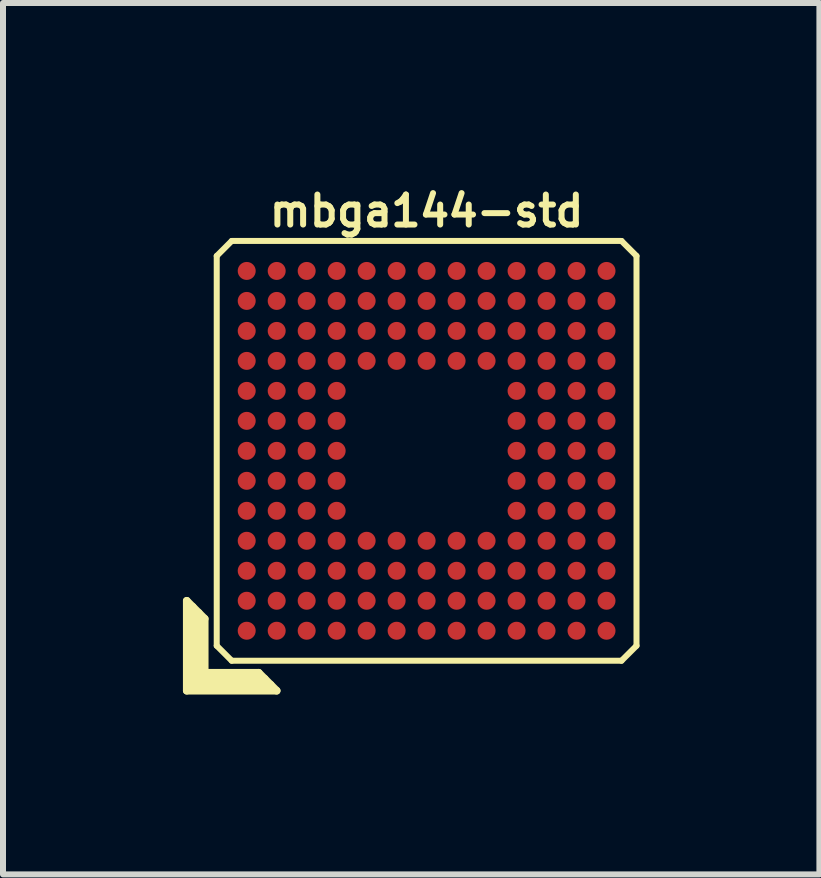
<source format=kicad_pcb>
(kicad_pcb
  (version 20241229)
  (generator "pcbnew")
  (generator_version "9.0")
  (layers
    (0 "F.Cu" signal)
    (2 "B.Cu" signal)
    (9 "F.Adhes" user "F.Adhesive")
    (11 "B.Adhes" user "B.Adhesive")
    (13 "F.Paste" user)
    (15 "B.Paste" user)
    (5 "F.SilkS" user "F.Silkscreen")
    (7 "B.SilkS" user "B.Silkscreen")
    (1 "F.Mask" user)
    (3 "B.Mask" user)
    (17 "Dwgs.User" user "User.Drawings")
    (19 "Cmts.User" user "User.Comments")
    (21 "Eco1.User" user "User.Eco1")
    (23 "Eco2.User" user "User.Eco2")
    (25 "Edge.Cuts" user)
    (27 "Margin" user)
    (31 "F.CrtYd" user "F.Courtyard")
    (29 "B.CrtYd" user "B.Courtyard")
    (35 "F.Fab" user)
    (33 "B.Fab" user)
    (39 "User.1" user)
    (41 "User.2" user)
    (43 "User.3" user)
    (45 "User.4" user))
  (footprint "mbga144-std"
    (layer "F.Cu")
    (at 4.064 4.468)
    (property "Reference" "mbga144-std" (at 0 -4 0) (layer "F.SilkS") (effects (font (size 0.5 0.5) (thickness 0.1))))
    (attr smd)
    (fp_line (start -4 2.5) (end -3.7 2.8) (stroke (width 0.127) (type solid)) (layer "F.SilkS"))
    (fp_line (start -4 4) (end -4 2.5) (stroke (width 0.127) (type solid)) (layer "F.SilkS"))
    (fp_line (start -3.9 2.6) (end -3.9 3.9) (stroke (width 0.127) (type solid)) (layer "F.SilkS"))
    (fp_line (start -3.9 3.9) (end -2.6 3.9) (stroke (width 0.127) (type solid)) (layer "F.SilkS"))
    (fp_line (start -3.8 3.8) (end -3.8 2.7) (stroke (width 0.127) (type solid)) (layer "F.SilkS"))
    (fp_line (start -3.7 2.8) (end -3.7 3.7) (stroke (width 0.127) (type solid)) (layer "F.SilkS"))
    (fp_line (start -3.7 3.7) (end -2.8 3.7) (stroke (width 0.127) (type solid)) (layer "F.SilkS"))
    (fp_line (start -3.5 -3.25) (end -3.5 3.25) (stroke (width 0.1) (type solid)) (layer "F.SilkS"))
    (fp_line (start -3.5 -3.25) (end -3.25 -3.5) (stroke (width 0.1) (type solid)) (layer "F.SilkS"))
    (fp_line (start -3.25 3.5) (end -3.5 3.25) (stroke (width 0.1) (type solid)) (layer "F.SilkS"))
    (fp_line (start -3.25 3.5) (end 3.25 3.5) (stroke (width 0.1) (type solid)) (layer "F.SilkS"))
    (fp_line (start -2.8 3.7) (end -2.5 4) (stroke (width 0.127) (type solid)) (layer "F.SilkS"))
    (fp_line (start -2.7 3.8) (end -3.8 3.8) (stroke (width 0.127) (type solid)) (layer "F.SilkS"))
    (fp_line (start -2.5 4) (end -4 4) (stroke (width 0.127) (type solid)) (layer "F.SilkS"))
    (fp_line (start 3.25 -3.5) (end -3.25 -3.5) (stroke (width 0.1) (type solid)) (layer "F.SilkS"))
    (fp_line (start 3.25 -3.5) (end 3.5 -3.25) (stroke (width 0.1) (type solid)) (layer "F.SilkS"))
    (fp_line (start 3.5 3.25) (end 3.25 3.5) (stroke (width 0.1) (type solid)) (layer "F.SilkS"))
    (fp_line (start 3.5 3.25) (end 3.5 -3.25) (stroke (width 0.1) (type solid)) (layer "F.SilkS"))
    (pad "A1" smd circle (at -3 3) (size 0.3 0.3) (layers "F.Cu" "F.Mask" "F.Paste"))
    (pad "A2" smd circle (at -3 2.5) (size 0.3 0.3) (layers "F.Cu" "F.Mask" "F.Paste"))
    (pad "A3" smd circle (at -3 2) (size 0.3 0.3) (layers "F.Cu" "F.Mask" "F.Paste"))
    (pad "A4" smd circle (at -3 1.5) (size 0.3 0.3) (layers "F.Cu" "F.Mask" "F.Paste"))
    (pad "A5" smd circle (at -3 1) (size 0.3 0.3) (layers "F.Cu" "F.Mask" "F.Paste"))
    (pad "A6" smd circle (at -3 0.5) (size 0.3 0.3) (layers "F.Cu" "F.Mask" "F.Paste"))
    (pad "A7" smd circle (at -3 0) (size 0.3 0.3) (layers "F.Cu" "F.Mask" "F.Paste"))
    (pad "A8" smd circle (at -3 -0.5) (size 0.3 0.3) (layers "F.Cu" "F.Mask" "F.Paste"))
    (pad "A9" smd circle (at -3 -1) (size 0.3 0.3) (layers "F.Cu" "F.Mask" "F.Paste"))
    (pad "A10" smd circle (at -3 -1.5) (size 0.3 0.3) (layers "F.Cu" "F.Mask" "F.Paste"))
    (pad "A11" smd circle (at -3 -2) (size 0.3 0.3) (layers "F.Cu" "F.Mask" "F.Paste"))
    (pad "A12" smd circle (at -3 -2.5) (size 0.3 0.3) (layers "F.Cu" "F.Mask" "F.Paste"))
    (pad "A13" smd circle (at -3 -3) (size 0.3 0.3) (layers "F.Cu" "F.Mask" "F.Paste"))
    (pad "B1" smd circle (at -2.5 3) (size 0.3 0.3) (layers "F.Cu" "F.Mask" "F.Paste"))
    (pad "B2" smd circle (at -2.5 2.5) (size 0.3 0.3) (layers "F.Cu" "F.Mask" "F.Paste"))
    (pad "B3" smd circle (at -2.5 2) (size 0.3 0.3) (layers "F.Cu" "F.Mask" "F.Paste"))
    (pad "B4" smd circle (at -2.5 1.5) (size 0.3 0.3) (layers "F.Cu" "F.Mask" "F.Paste"))
    (pad "B5" smd circle (at -2.5 1) (size 0.3 0.3) (layers "F.Cu" "F.Mask" "F.Paste"))
    (pad "B6" smd circle (at -2.5 0.5) (size 0.3 0.3) (layers "F.Cu" "F.Mask" "F.Paste"))
    (pad "B7" smd circle (at -2.5 0) (size 0.3 0.3) (layers "F.Cu" "F.Mask" "F.Paste"))
    (pad "B8" smd circle (at -2.5 -0.5) (size 0.3 0.3) (layers "F.Cu" "F.Mask" "F.Paste"))
    (pad "B9" smd circle (at -2.5 -1) (size 0.3 0.3) (layers "F.Cu" "F.Mask" "F.Paste"))
    (pad "B10" smd circle (at -2.5 -1.5) (size 0.3 0.3) (layers "F.Cu" "F.Mask" "F.Paste"))
    (pad "B11" smd circle (at -2.5 -2) (size 0.3 0.3) (layers "F.Cu" "F.Mask" "F.Paste"))
    (pad "B12" smd circle (at -2.5 -2.5) (size 0.3 0.3) (layers "F.Cu" "F.Mask" "F.Paste"))
    (pad "B13" smd circle (at -2.5 -3) (size 0.3 0.3) (layers "F.Cu" "F.Mask" "F.Paste"))
    (pad "C1" smd circle (at -2 3) (size 0.3 0.3) (layers "F.Cu" "F.Mask" "F.Paste"))
    (pad "C2" smd circle (at -2 2.5) (size 0.3 0.3) (layers "F.Cu" "F.Mask" "F.Paste"))
    (pad "C3" smd circle (at -2 2) (size 0.3 0.3) (layers "F.Cu" "F.Mask" "F.Paste"))
    (pad "C4" smd circle (at -2 1.5) (size 0.3 0.3) (layers "F.Cu" "F.Mask" "F.Paste"))
    (pad "C5" smd circle (at -2 1) (size 0.3 0.3) (layers "F.Cu" "F.Mask" "F.Paste"))
    (pad "C6" smd circle (at -2 0.5) (size 0.3 0.3) (layers "F.Cu" "F.Mask" "F.Paste"))
    (pad "C7" smd circle (at -2 0) (size 0.3 0.3) (layers "F.Cu" "F.Mask" "F.Paste"))
    (pad "C8" smd circle (at -2 -0.5) (size 0.3 0.3) (layers "F.Cu" "F.Mask" "F.Paste"))
    (pad "C9" smd circle (at -2 -1) (size 0.3 0.3) (layers "F.Cu" "F.Mask" "F.Paste"))
    (pad "C10" smd circle (at -2 -1.5) (size 0.3 0.3) (layers "F.Cu" "F.Mask" "F.Paste"))
    (pad "C11" smd circle (at -2 -2) (size 0.3 0.3) (layers "F.Cu" "F.Mask" "F.Paste"))
    (pad "C12" smd circle (at -2 -2.5) (size 0.3 0.3) (layers "F.Cu" "F.Mask" "F.Paste"))
    (pad "C13" smd circle (at -2 -3) (size 0.3 0.3) (layers "F.Cu" "F.Mask" "F.Paste"))
    (pad "D1" smd circle (at -1.5 3) (size 0.3 0.3) (layers "F.Cu" "F.Mask" "F.Paste"))
    (pad "D2" smd circle (at -1.5 2.5) (size 0.3 0.3) (layers "F.Cu" "F.Mask" "F.Paste"))
    (pad "D3" smd circle (at -1.5 2) (size 0.3 0.3) (layers "F.Cu" "F.Mask" "F.Paste"))
    (pad "D4" smd circle (at -1.5 1.5) (size 0.3 0.3) (layers "F.Cu" "F.Mask" "F.Paste"))
    (pad "D5" smd circle (at -1.5 1) (size 0.3 0.3) (layers "F.Cu" "F.Mask" "F.Paste"))
    (pad "D6" smd circle (at -1.5 0.5) (size 0.3 0.3) (layers "F.Cu" "F.Mask" "F.Paste"))
    (pad "D7" smd circle (at -1.5 0) (size 0.3 0.3) (layers "F.Cu" "F.Mask" "F.Paste"))
    (pad "D8" smd circle (at -1.5 -0.5) (size 0.3 0.3) (layers "F.Cu" "F.Mask" "F.Paste"))
    (pad "D9" smd circle (at -1.5 -1) (size 0.3 0.3) (layers "F.Cu" "F.Mask" "F.Paste"))
    (pad "D10" smd circle (at -1.5 -1.5) (size 0.3 0.3) (layers "F.Cu" "F.Mask" "F.Paste"))
    (pad "D11" smd circle (at -1.5 -2) (size 0.3 0.3) (layers "F.Cu" "F.Mask" "F.Paste"))
    (pad "D12" smd circle (at -1.5 -2.5) (size 0.3 0.3) (layers "F.Cu" "F.Mask" "F.Paste"))
    (pad "D13" smd circle (at -1.5 -3) (size 0.3 0.3) (layers "F.Cu" "F.Mask" "F.Paste"))
    (pad "E1" smd circle (at -1 3) (size 0.3 0.3) (layers "F.Cu" "F.Mask" "F.Paste"))
    (pad "E2" smd circle (at -1 2.5) (size 0.3 0.3) (layers "F.Cu" "F.Mask" "F.Paste"))
    (pad "E3" smd circle (at -1 2) (size 0.3 0.3) (layers "F.Cu" "F.Mask" "F.Paste"))
    (pad "E4" smd circle (at -1 1.5) (size 0.3 0.3) (layers "F.Cu" "F.Mask" "F.Paste"))
    (pad "E10" smd circle (at -1 -1.5) (size 0.3 0.3) (layers "F.Cu" "F.Mask" "F.Paste"))
    (pad "E11" smd circle (at -1 -2) (size 0.3 0.3) (layers "F.Cu" "F.Mask" "F.Paste"))
    (pad "E12" smd circle (at -1 -2.5) (size 0.3 0.3) (layers "F.Cu" "F.Mask" "F.Paste"))
    (pad "E13" smd circle (at -1 -3) (size 0.3 0.3) (layers "F.Cu" "F.Mask" "F.Paste"))
    (pad "F1" smd circle (at -0.5 3) (size 0.3 0.3) (layers "F.Cu" "F.Mask" "F.Paste"))
    (pad "F2" smd circle (at -0.5 2.5) (size 0.3 0.3) (layers "F.Cu" "F.Mask" "F.Paste"))
    (pad "F3" smd circle (at -0.5 2) (size 0.3 0.3) (layers "F.Cu" "F.Mask" "F.Paste"))
    (pad "F4" smd circle (at -0.5 1.5) (size 0.3 0.3) (layers "F.Cu" "F.Mask" "F.Paste"))
    (pad "F10" smd circle (at -0.5 -1.5) (size 0.3 0.3) (layers "F.Cu" "F.Mask" "F.Paste"))
    (pad "F11" smd circle (at -0.5 -2) (size 0.3 0.3) (layers "F.Cu" "F.Mask" "F.Paste"))
    (pad "F12" smd circle (at -0.5 -2.5) (size 0.3 0.3) (layers "F.Cu" "F.Mask" "F.Paste"))
    (pad "F13" smd circle (at -0.5 -3) (size 0.3 0.3) (layers "F.Cu" "F.Mask" "F.Paste"))
    (pad "G1" smd circle (at 0 3) (size 0.3 0.3) (layers "F.Cu" "F.Mask" "F.Paste"))
    (pad "G2" smd circle (at 0 2.5) (size 0.3 0.3) (layers "F.Cu" "F.Mask" "F.Paste"))
    (pad "G3" smd circle (at 0 2) (size 0.3 0.3) (layers "F.Cu" "F.Mask" "F.Paste"))
    (pad "G4" smd circle (at 0 1.5) (size 0.3 0.3) (layers "F.Cu" "F.Mask" "F.Paste"))
    (pad "G10" smd circle (at 0 -1.5) (size 0.3 0.3) (layers "F.Cu" "F.Mask" "F.Paste"))
    (pad "G11" smd circle (at 0 -2) (size 0.3 0.3) (layers "F.Cu" "F.Mask" "F.Paste"))
    (pad "G12" smd circle (at 0 -2.5) (size 0.3 0.3) (layers "F.Cu" "F.Mask" "F.Paste"))
    (pad "G13" smd circle (at 0 -3) (size 0.3 0.3) (layers "F.Cu" "F.Mask" "F.Paste"))
    (pad "H1" smd circle (at 0.5 3) (size 0.3 0.3) (layers "F.Cu" "F.Mask" "F.Paste"))
    (pad "H2" smd circle (at 0.5 2.5) (size 0.3 0.3) (layers "F.Cu" "F.Mask" "F.Paste"))
    (pad "H3" smd circle (at 0.5 2) (size 0.3 0.3) (layers "F.Cu" "F.Mask" "F.Paste"))
    (pad "H4" smd circle (at 0.5 1.5) (size 0.3 0.3) (layers "F.Cu" "F.Mask" "F.Paste"))
    (pad "H10" smd circle (at 0.5 -1.5) (size 0.3 0.3) (layers "F.Cu" "F.Mask" "F.Paste"))
    (pad "H11" smd circle (at 0.5 -2) (size 0.3 0.3) (layers "F.Cu" "F.Mask" "F.Paste"))
    (pad "H12" smd circle (at 0.5 -2.5) (size 0.3 0.3) (layers "F.Cu" "F.Mask" "F.Paste"))
    (pad "H13" smd circle (at 0.5 -3) (size 0.3 0.3) (layers "F.Cu" "F.Mask" "F.Paste"))
    (pad "J1" smd circle (at 1 3) (size 0.3 0.3) (layers "F.Cu" "F.Mask" "F.Paste"))
    (pad "J2" smd circle (at 1 2.5) (size 0.3 0.3) (layers "F.Cu" "F.Mask" "F.Paste"))
    (pad "J3" smd circle (at 1 2) (size 0.3 0.3) (layers "F.Cu" "F.Mask" "F.Paste"))
    (pad "J4" smd circle (at 1 1.5) (size 0.3 0.3) (layers "F.Cu" "F.Mask" "F.Paste"))
    (pad "J10" smd circle (at 1 -1.5) (size 0.3 0.3) (layers "F.Cu" "F.Mask" "F.Paste"))
    (pad "J11" smd circle (at 1 -2) (size 0.3 0.3) (layers "F.Cu" "F.Mask" "F.Paste"))
    (pad "J12" smd circle (at 1 -2.5) (size 0.3 0.3) (layers "F.Cu" "F.Mask" "F.Paste"))
    (pad "J13" smd circle (at 1 -3) (size 0.3 0.3) (layers "F.Cu" "F.Mask" "F.Paste"))
    (pad "K1" smd circle (at 1.5 3) (size 0.3 0.3) (layers "F.Cu" "F.Mask" "F.Paste"))
    (pad "K2" smd circle (at 1.5 2.5) (size 0.3 0.3) (layers "F.Cu" "F.Mask" "F.Paste"))
    (pad "K3" smd circle (at 1.5 2) (size 0.3 0.3) (layers "F.Cu" "F.Mask" "F.Paste"))
    (pad "K4" smd circle (at 1.5 1.5) (size 0.3 0.3) (layers "F.Cu" "F.Mask" "F.Paste"))
    (pad "K5" smd circle (at 1.5 1) (size 0.3 0.3) (layers "F.Cu" "F.Mask" "F.Paste"))
    (pad "K6" smd circle (at 1.5 0.5) (size 0.3 0.3) (layers "F.Cu" "F.Mask" "F.Paste"))
    (pad "K7" smd circle (at 1.5 0) (size 0.3 0.3) (layers "F.Cu" "F.Mask" "F.Paste"))
    (pad "K8" smd circle (at 1.5 -0.5) (size 0.3 0.3) (layers "F.Cu" "F.Mask" "F.Paste"))
    (pad "K9" smd circle (at 1.5 -1) (size 0.3 0.3) (layers "F.Cu" "F.Mask" "F.Paste"))
    (pad "K10" smd circle (at 1.5 -1.5) (size 0.3 0.3) (layers "F.Cu" "F.Mask" "F.Paste"))
    (pad "K11" smd circle (at 1.5 -2) (size 0.3 0.3) (layers "F.Cu" "F.Mask" "F.Paste"))
    (pad "K12" smd circle (at 1.5 -2.5) (size 0.3 0.3) (layers "F.Cu" "F.Mask" "F.Paste"))
    (pad "K13" smd circle (at 1.5 -3) (size 0.3 0.3) (layers "F.Cu" "F.Mask" "F.Paste"))
    (pad "L1" smd circle (at 2 3) (size 0.3 0.3) (layers "F.Cu" "F.Mask" "F.Paste"))
    (pad "L2" smd circle (at 2 2.5) (size 0.3 0.3) (layers "F.Cu" "F.Mask" "F.Paste"))
    (pad "L3" smd circle (at 2 2) (size 0.3 0.3) (layers "F.Cu" "F.Mask" "F.Paste"))
    (pad "L4" smd circle (at 2 1.5) (size 0.3 0.3) (layers "F.Cu" "F.Mask" "F.Paste"))
    (pad "L5" smd circle (at 2 1) (size 0.3 0.3) (layers "F.Cu" "F.Mask" "F.Paste"))
    (pad "L6" smd circle (at 2 0.5) (size 0.3 0.3) (layers "F.Cu" "F.Mask" "F.Paste"))
    (pad "L7" smd circle (at 2 0) (size 0.3 0.3) (layers "F.Cu" "F.Mask" "F.Paste"))
    (pad "L8" smd circle (at 2 -0.5) (size 0.3 0.3) (layers "F.Cu" "F.Mask" "F.Paste"))
    (pad "L9" smd circle (at 2 -1) (size 0.3 0.3) (layers "F.Cu" "F.Mask" "F.Paste"))
    (pad "L10" smd circle (at 2 -1.5) (size 0.3 0.3) (layers "F.Cu" "F.Mask" "F.Paste"))
    (pad "L11" smd circle (at 2 -2) (size 0.3 0.3) (layers "F.Cu" "F.Mask" "F.Paste"))
    (pad "L12" smd circle (at 2 -2.5) (size 0.3 0.3) (layers "F.Cu" "F.Mask" "F.Paste"))
    (pad "L13" smd circle (at 2 -3) (size 0.3 0.3) (layers "F.Cu" "F.Mask" "F.Paste"))
    (pad "M1" smd circle (at 2.5 3) (size 0.3 0.3) (layers "F.Cu" "F.Mask" "F.Paste"))
    (pad "M2" smd circle (at 2.5 2.5) (size 0.3 0.3) (layers "F.Cu" "F.Mask" "F.Paste"))
    (pad "M3" smd circle (at 2.5 2) (size 0.3 0.3) (layers "F.Cu" "F.Mask" "F.Paste"))
    (pad "M4" smd circle (at 2.5 1.5) (size 0.3 0.3) (layers "F.Cu" "F.Mask" "F.Paste"))
    (pad "M5" smd circle (at 2.5 1) (size 0.3 0.3) (layers "F.Cu" "F.Mask" "F.Paste"))
    (pad "M6" smd circle (at 2.5 0.5) (size 0.3 0.3) (layers "F.Cu" "F.Mask" "F.Paste"))
    (pad "M7" smd circle (at 2.5 0) (size 0.3 0.3) (layers "F.Cu" "F.Mask" "F.Paste"))
    (pad "M8" smd circle (at 2.5 -0.5) (size 0.3 0.3) (layers "F.Cu" "F.Mask" "F.Paste"))
    (pad "M9" smd circle (at 2.5 -1) (size 0.3 0.3) (layers "F.Cu" "F.Mask" "F.Paste"))
    (pad "M10" smd circle (at 2.5 -1.5) (size 0.3 0.3) (layers "F.Cu" "F.Mask" "F.Paste"))
    (pad "M11" smd circle (at 2.5 -2) (size 0.3 0.3) (layers "F.Cu" "F.Mask" "F.Paste"))
    (pad "M12" smd circle (at 2.5 -2.5) (size 0.3 0.3) (layers "F.Cu" "F.Mask" "F.Paste"))
    (pad "M13" smd circle (at 2.5 -3) (size 0.3 0.3) (layers "F.Cu" "F.Mask" "F.Paste"))
    (pad "N1" smd circle (at 3 3) (size 0.3 0.3) (layers "F.Cu" "F.Mask" "F.Paste"))
    (pad "N2" smd circle (at 3 2.5) (size 0.3 0.3) (layers "F.Cu" "F.Mask" "F.Paste"))
    (pad "N3" smd circle (at 3 2) (size 0.3 0.3) (layers "F.Cu" "F.Mask" "F.Paste"))
    (pad "N4" smd circle (at 3 1.5) (size 0.3 0.3) (layers "F.Cu" "F.Mask" "F.Paste"))
    (pad "N5" smd circle (at 3 1) (size 0.3 0.3) (layers "F.Cu" "F.Mask" "F.Paste"))
    (pad "N6" smd circle (at 3 0.5) (size 0.3 0.3) (layers "F.Cu" "F.Mask" "F.Paste"))
    (pad "N7" smd circle (at 3 0) (size 0.3 0.3) (layers "F.Cu" "F.Mask" "F.Paste"))
    (pad "N8" smd circle (at 3 -0.5) (size 0.3 0.3) (layers "F.Cu" "F.Mask" "F.Paste"))
    (pad "N9" smd circle (at 3 -1) (size 0.3 0.3) (layers "F.Cu" "F.Mask" "F.Paste"))
    (pad "N10" smd circle (at 3 -1.5) (size 0.3 0.3) (layers "F.Cu" "F.Mask" "F.Paste"))
    (pad "N11" smd circle (at 3 -2) (size 0.3 0.3) (layers "F.Cu" "F.Mask" "F.Paste"))
    (pad "N12" smd circle (at 3 -2.5) (size 0.3 0.3) (layers "F.Cu" "F.Mask" "F.Paste"))
    (pad "N13" smd circle (at 3 -3) (size 0.3 0.3) (layers "F.Cu" "F.Mask" "F.Paste")))
  (gr_rect
    (start -3 -3)
    (end 10.614 11.531)
    (stroke (width 0.1) (type default))
    (fill no)
    (layer "Edge.Cuts")))
</source>
